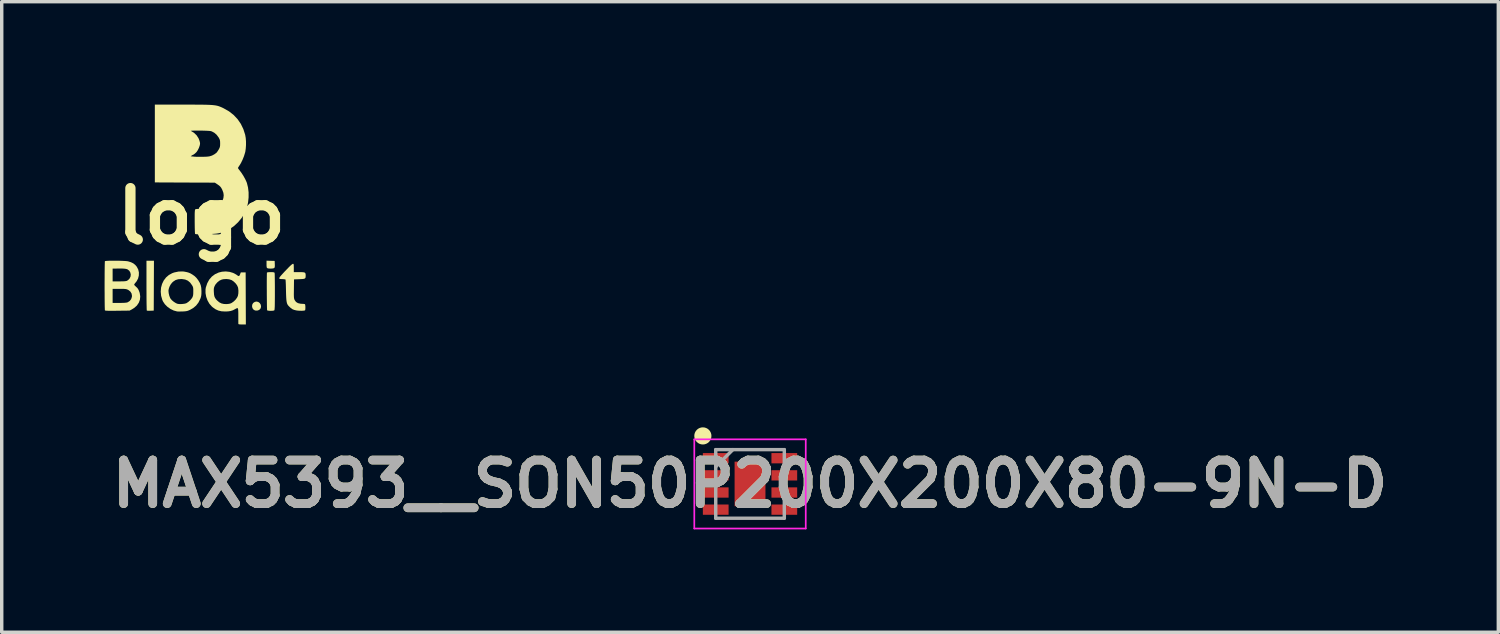
<source format=kicad_pcb>
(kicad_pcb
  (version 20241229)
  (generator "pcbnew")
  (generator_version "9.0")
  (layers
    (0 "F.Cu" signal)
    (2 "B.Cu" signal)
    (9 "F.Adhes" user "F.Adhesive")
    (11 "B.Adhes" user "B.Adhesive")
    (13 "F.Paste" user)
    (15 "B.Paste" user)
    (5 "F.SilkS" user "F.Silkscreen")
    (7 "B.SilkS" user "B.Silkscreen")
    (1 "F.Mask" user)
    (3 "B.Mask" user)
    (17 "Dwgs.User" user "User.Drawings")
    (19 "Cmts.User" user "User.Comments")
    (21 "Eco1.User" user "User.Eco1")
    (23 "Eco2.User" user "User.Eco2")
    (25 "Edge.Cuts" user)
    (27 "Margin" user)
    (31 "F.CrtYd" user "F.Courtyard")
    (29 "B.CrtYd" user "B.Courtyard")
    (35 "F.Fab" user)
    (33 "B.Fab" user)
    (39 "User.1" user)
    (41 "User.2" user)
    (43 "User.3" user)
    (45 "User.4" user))
  (footprint "logo"
    (layer "F.Cu")
    (at 2.824 3.257)
    (property "Reference" "logo" (at 0 0 0) (layer "F.SilkS") (effects (font (size 1.5 1.5) (thickness 0.3))))
    (attr board_only exclude_from_pos_files exclude_from_bom)
    (fp_poly (pts (xy 1.657 2.498) (xy 1.7 2.53) (xy 1.729 2.578) (xy 1.731 2.585) (xy 1.738 2.639) (xy 1.724 2.687) (xy 1.691 2.724) (xy 1.646 2.746) (xy 1.591 2.75) (xy 1.558 2.744) (xy 1.516 2.719) (xy 1.488 2.679) (xy 1.476 2.63) (xy 1.48 2.579) (xy 1.504 2.534) (xy 1.512 2.525) (xy 1.558 2.495) (xy 1.608 2.486)) (stroke (width 0) (type solid)) (fill yes) (layer "F.SilkS"))
    (fp_poly (pts (xy 2.016 1.298) (xy 2.135 1.301) (xy 2.139 1.397) (xy 2.14 1.449) (xy 2.137 1.481) (xy 2.129 1.5) (xy 2.12 1.509) (xy 2.094 1.519) (xy 2.052 1.524) (xy 2.003 1.525) (xy 1.958 1.522) (xy 1.925 1.514) (xy 1.92 1.512) (xy 1.908 1.501) (xy 1.902 1.48) (xy 1.898 1.443) (xy 1.898 1.396) (xy 1.898 1.294)) (stroke (width 0) (type solid)) (fill yes) (layer "F.SilkS"))
    (fp_poly (pts (xy -1.388 2.023) (xy -1.391 2.75) (xy -1.488 2.754) (xy -1.536 2.755) (xy -1.573 2.753) (xy -1.593 2.749) (xy -1.594 2.749) (xy -1.595 2.734) (xy -1.597 2.697) (xy -1.598 2.639) (xy -1.6 2.561) (xy -1.601 2.468) (xy -1.602 2.36) (xy -1.602 2.241) (xy -1.603 2.113) (xy -1.603 2.017) (xy -1.603 1.295) (xy -1.494 1.295) (xy -1.385 1.295)) (stroke (width 0) (type solid)) (fill yes) (layer "F.SilkS"))
    (fp_poly (pts (xy 2.073 1.629) (xy 2.108 1.633) (xy 2.126 1.64) (xy 2.133 1.649) (xy 2.135 1.666) (xy 2.137 1.705) (xy 2.138 1.765) (xy 2.139 1.842) (xy 2.14 1.933) (xy 2.141 2.036) (xy 2.141 2.148) (xy 2.141 2.197) (xy 2.141 2.338) (xy 2.14 2.454) (xy 2.139 2.548) (xy 2.138 2.621) (xy 2.135 2.676) (xy 2.132 2.713) (xy 2.129 2.735) (xy 2.126 2.741) (xy 2.105 2.75) (xy 2.067 2.755) (xy 2.021 2.757) (xy 1.975 2.755) (xy 1.938 2.75) (xy 1.916 2.742) (xy 1.915 2.741) (xy 1.913 2.726) (xy 1.912 2.689) (xy 1.91 2.633) (xy 1.909 2.561) (xy 1.908 2.476) (xy 1.907 2.382) (xy 1.906 2.281) (xy 1.906 2.178) (xy 1.905 2.075) (xy 1.905 1.975) (xy 1.905 1.883) (xy 1.906 1.8) (xy 1.907 1.731) (xy 1.908 1.678) (xy 1.909 1.645) (xy 1.909 1.644) (xy 1.919 1.636) (xy 1.948 1.631) (xy 1.999 1.628) (xy 2.018 1.628)) (stroke (width 0) (type solid)) (fill yes) (layer "F.SilkS"))
    (fp_poly (pts (xy 2.68 1.387) (xy 2.687 1.397) (xy 2.691 1.419) (xy 2.692 1.458) (xy 2.693 1.507) (xy 2.693 1.628) (xy 2.852 1.628) (xy 2.925 1.629) (xy 2.976 1.632) (xy 3.009 1.64) (xy 3.027 1.655) (xy 3.036 1.679) (xy 3.039 1.714) (xy 3.039 1.733) (xy 3.037 1.77) (xy 3.032 1.795) (xy 3.018 1.812) (xy 2.991 1.823) (xy 2.948 1.829) (xy 2.885 1.832) (xy 2.857 1.834) (xy 2.699 1.84) (xy 2.696 2.114) (xy 2.695 2.206) (xy 2.694 2.276) (xy 2.695 2.328) (xy 2.697 2.366) (xy 2.701 2.394) (xy 2.707 2.416) (xy 2.715 2.436) (xy 2.719 2.444) (xy 2.757 2.497) (xy 2.814 2.532) (xy 2.888 2.549) (xy 2.933 2.552) (xy 2.976 2.554) (xy 3.008 2.559) (xy 3.02 2.565) (xy 3.026 2.588) (xy 3.03 2.626) (xy 3.031 2.67) (xy 3.029 2.71) (xy 3.024 2.737) (xy 3.022 2.741) (xy 3.004 2.748) (xy 2.966 2.753) (xy 2.916 2.755) (xy 2.86 2.754) (xy 2.804 2.75) (xy 2.763 2.744) (xy 2.702 2.729) (xy 2.651 2.708) (xy 2.604 2.674) (xy 2.551 2.624) (xy 2.528 2.599) (xy 2.509 2.571) (xy 2.495 2.538) (xy 2.485 2.496) (xy 2.477 2.442) (xy 2.472 2.373) (xy 2.468 2.285) (xy 2.465 2.175) (xy 2.465 2.16) (xy 2.463 2.074) (xy 2.461 1.996) (xy 2.458 1.931) (xy 2.455 1.881) (xy 2.453 1.851) (xy 2.451 1.844) (xy 2.435 1.839) (xy 2.4 1.834) (xy 2.356 1.831) (xy 2.321 1.83) (xy 2.294 1.827) (xy 2.276 1.821) (xy 2.268 1.811) (xy 2.272 1.793) (xy 2.287 1.768) (xy 2.316 1.732) (xy 2.359 1.684) (xy 2.416 1.622) (xy 2.49 1.545) (xy 2.549 1.484) (xy 2.591 1.443) (xy 2.628 1.41) (xy 2.656 1.39) (xy 2.668 1.385)) (stroke (width 0) (type solid)) (fill yes) (layer "F.SilkS"))
    (fp_poly (pts (xy -0.491 1.615) (xy -0.421 1.629) (xy -0.367 1.645) (xy -0.319 1.666) (xy -0.267 1.697) (xy -0.263 1.699) (xy -0.198 1.745) (xy -0.146 1.796) (xy -0.097 1.86) (xy -0.086 1.877) (xy -0.046 1.945) (xy -0.02 2.013) (xy -0.005 2.088) (xy -0.000107 2.178) (xy 0 2.196) (xy -0.001 2.262) (xy -0.006 2.311) (xy -0.015 2.354) (xy -0.03 2.399) (xy -0.034 2.408) (xy -0.088 2.516) (xy -0.157 2.605) (xy -0.244 2.677) (xy -0.328 2.725) (xy -0.374 2.746) (xy -0.414 2.76) (xy -0.456 2.768) (xy -0.509 2.773) (xy -0.546 2.775) (xy -0.605 2.776) (xy -0.658 2.777) (xy -0.698 2.775) (xy -0.712 2.774) (xy -0.81 2.747) (xy -0.905 2.701) (xy -0.992 2.639) (xy -1.066 2.565) (xy -1.121 2.483) (xy -1.141 2.439) (xy -1.176 2.317) (xy -1.187 2.197) (xy -1.185 2.172) (xy -0.962 2.172) (xy -0.955 2.243) (xy -0.938 2.316) (xy -0.913 2.38) (xy -0.899 2.404) (xy -0.859 2.45) (xy -0.804 2.495) (xy -0.745 2.532) (xy -0.701 2.551) (xy -0.657 2.558) (xy -0.599 2.56) (xy -0.538 2.555) (xy -0.481 2.547) (xy -0.44 2.534) (xy -0.437 2.533) (xy -0.38 2.495) (xy -0.325 2.445) (xy -0.28 2.39) (xy -0.265 2.366) (xy -0.252 2.335) (xy -0.243 2.301) (xy -0.239 2.255) (xy -0.238 2.193) (xy -0.238 2.133) (xy -0.241 2.092) (xy -0.248 2.061) (xy -0.261 2.033) (xy -0.273 2.012) (xy -0.33 1.933) (xy -0.396 1.878) (xy -0.474 1.844) (xy -0.567 1.83) (xy -0.59 1.829) (xy -0.68 1.836) (xy -0.756 1.86) (xy -0.824 1.905) (xy -0.857 1.936) (xy -0.899 1.99) (xy -0.933 2.055) (xy -0.955 2.122) (xy -0.962 2.172) (xy -1.185 2.172) (xy -1.178 2.081) (xy -1.148 1.972) (xy -1.1 1.872) (xy -1.034 1.785) (xy -0.951 1.713) (xy -0.853 1.659) (xy -0.795 1.638) (xy -0.667 1.611) (xy -0.544 1.608)) (stroke (width 0) (type solid)) (fill yes) (layer "F.SilkS"))
    (fp_poly (pts (xy 0.818 1.62) (xy 0.921 1.65) (xy 1.011 1.697) (xy 1.029 1.71) (xy 1.066 1.736) (xy 1.091 1.743) (xy 1.108 1.731) (xy 1.124 1.698) (xy 1.126 1.692) (xy 1.148 1.635) (xy 1.218 1.635) (xy 1.289 1.635) (xy 1.292 2.394) (xy 1.295 3.154) (xy 1.186 3.154) (xy 1.128 3.153) (xy 1.092 3.149) (xy 1.077 3.141) (xy 1.076 3.138) (xy 1.076 3.12) (xy 1.075 3.082) (xy 1.075 3.027) (xy 1.075 2.96) (xy 1.075 2.908) (xy 1.075 2.82) (xy 1.073 2.756) (xy 1.069 2.712) (xy 1.064 2.688) (xy 1.06 2.682) (xy 1.041 2.678) (xy 1.009 2.691) (xy 0.987 2.704) (xy 0.92 2.739) (xy 0.853 2.761) (xy 0.776 2.773) (xy 0.692 2.776) (xy 0.585 2.77) (xy 0.494 2.749) (xy 0.412 2.712) (xy 0.332 2.656) (xy 0.3 2.628) (xy 0.231 2.549) (xy 0.177 2.454) (xy 0.139 2.349) (xy 0.119 2.24) (xy 0.119 2.132) (xy 0.119 2.129) (xy 0.36 2.129) (xy 0.36 2.178) (xy 0.362 2.211) (xy 0.367 2.283) (xy 0.378 2.337) (xy 0.398 2.382) (xy 0.428 2.424) (xy 0.454 2.452) (xy 0.518 2.507) (xy 0.585 2.541) (xy 0.661 2.558) (xy 0.746 2.559) (xy 0.809 2.552) (xy 0.86 2.537) (xy 0.889 2.521) (xy 0.948 2.478) (xy 1.002 2.423) (xy 1.043 2.364) (xy 1.063 2.319) (xy 1.076 2.247) (xy 1.078 2.165) (xy 1.069 2.088) (xy 1.063 2.066) (xy 1.037 2.01) (xy 0.993 1.952) (xy 0.939 1.901) (xy 0.882 1.862) (xy 0.875 1.859) (xy 0.81 1.838) (xy 0.732 1.829) (xy 0.651 1.833) (xy 0.595 1.844) (xy 0.527 1.875) (xy 0.464 1.925) (xy 0.411 1.986) (xy 0.389 2.025) (xy 0.373 2.061) (xy 0.364 2.093) (xy 0.36 2.129) (xy 0.119 2.129) (xy 0.128 2.075) (xy 0.169 1.953) (xy 0.227 1.846) (xy 0.303 1.758) (xy 0.395 1.689) (xy 0.502 1.64) (xy 0.599 1.616) (xy 0.709 1.608)) (stroke (width 0) (type solid)) (fill yes) (layer "F.SilkS"))
    (fp_poly (pts (xy -2.483 1.295) (xy -2.402 1.296) (xy -2.324 1.299) (xy -2.254 1.302) (xy -2.195 1.306) (xy -2.153 1.311) (xy -2.141 1.313) (xy -2.053 1.34) (xy -1.985 1.374) (xy -1.93 1.418) (xy -1.886 1.47) (xy -1.844 1.55) (xy -1.824 1.637) (xy -1.826 1.727) (xy -1.848 1.815) (xy -1.891 1.896) (xy -1.922 1.934) (xy -1.946 1.963) (xy -1.96 1.987) (xy -1.962 1.994) (xy -1.952 2.011) (xy -1.928 2.036) (xy -1.911 2.051) (xy -1.867 2.093) (xy -1.834 2.145) (xy -1.808 2.212) (xy -1.8 2.237) (xy -1.785 2.337) (xy -1.794 2.432) (xy -1.827 2.521) (xy -1.882 2.602) (xy -1.959 2.671) (xy -2.028 2.714) (xy -2.096 2.75) (xy -2.451 2.754) (xy -2.562 2.756) (xy -2.65 2.756) (xy -2.717 2.755) (xy -2.765 2.753) (xy -2.795 2.75) (xy -2.811 2.746) (xy -2.815 2.743) (xy -2.817 2.728) (xy -2.818 2.69) (xy -2.82 2.631) (xy -2.821 2.556) (xy -2.822 2.466) (xy -2.823 2.365) (xy -2.823 2.256) (xy -2.824 2.141) (xy -2.824 2.116) (xy -2.59 2.116) (xy -2.59 2.321) (xy -2.59 2.526) (xy -2.393 2.526) (xy -2.302 2.525) (xy -2.235 2.522) (xy -2.187 2.517) (xy -2.155 2.509) (xy -2.152 2.508) (xy -2.091 2.469) (xy -2.049 2.415) (xy -2.028 2.348) (xy -2.026 2.317) (xy -2.038 2.251) (xy -2.073 2.195) (xy -2.13 2.15) (xy -2.141 2.144) (xy -2.165 2.133) (xy -2.19 2.125) (xy -2.22 2.12) (xy -2.261 2.117) (xy -2.317 2.116) (xy -2.393 2.116) (xy -2.394 2.116) (xy -2.59 2.116) (xy -2.824 2.116) (xy -2.824 2.023) (xy -2.824 1.905) (xy -2.824 1.898) (xy -2.59 1.898) (xy -2.397 1.898) (xy -2.314 1.897) (xy -2.253 1.895) (xy -2.209 1.89) (xy -2.18 1.884) (xy -2.167 1.878) (xy -2.135 1.856) (xy -2.102 1.823) (xy -2.095 1.814) (xy -2.068 1.759) (xy -2.061 1.699) (xy -2.074 1.64) (xy -2.104 1.588) (xy -2.151 1.551) (xy -2.154 1.549) (xy -2.18 1.539) (xy -2.211 1.532) (xy -2.251 1.527) (xy -2.304 1.524) (xy -2.375 1.524) (xy -2.459 1.524) (xy -2.59 1.526) (xy -2.59 1.712) (xy -2.59 1.898) (xy -2.824 1.898) (xy -2.823 1.791) (xy -2.823 1.681) (xy -2.822 1.581) (xy -2.821 1.492) (xy -2.82 1.418) (xy -2.818 1.36) (xy -2.817 1.323) (xy -2.815 1.309) (xy -2.799 1.304) (xy -2.762 1.3) (xy -2.708 1.297) (xy -2.641 1.295) (xy -2.565 1.295)) (stroke (width 0) (type solid)) (fill yes) (layer "F.SilkS"))
    (fp_poly (pts (xy -0.529 -3.256) (xy -0.35 -3.256) (xy -0.194 -3.256) (xy -0.059 -3.255) (xy 0.056 -3.254) (xy 0.154 -3.252) (xy 0.237 -3.249) (xy 0.307 -3.245) (xy 0.366 -3.239) (xy 0.417 -3.232) (xy 0.461 -3.223) (xy 0.5 -3.212) (xy 0.538 -3.198) (xy 0.575 -3.183) (xy 0.615 -3.165) (xy 0.653 -3.146) (xy 0.805 -3.059) (xy 0.939 -2.954) (xy 1.053 -2.833) (xy 1.148 -2.695) (xy 1.222 -2.542) (xy 1.276 -2.374) (xy 1.276 -2.372) (xy 1.291 -2.286) (xy 1.299 -2.184) (xy 1.299 -2.078) (xy 1.292 -1.974) (xy 1.279 -1.883) (xy 1.273 -1.859) (xy 1.24 -1.752) (xy 1.198 -1.647) (xy 1.151 -1.551) (xy 1.114 -1.49) (xy 1.089 -1.452) (xy 1.071 -1.423) (xy 1.064 -1.408) (xy 1.064 -1.408) (xy 1.072 -1.394) (xy 1.091 -1.366) (xy 1.119 -1.331) (xy 1.119 -1.331) (xy 1.174 -1.256) (xy 1.228 -1.171) (xy 1.276 -1.084) (xy 1.313 -1.004) (xy 1.326 -0.97) (xy 1.358 -0.84) (xy 1.375 -0.699) (xy 1.375 -0.553) (xy 1.36 -0.408) (xy 1.331 -0.27) (xy 1.286 -0.145) (xy 1.264 -0.098) (xy 1.174 0.046) (xy 1.068 0.174) (xy 0.949 0.285) (xy 0.818 0.375) (xy 0.688 0.438) (xy 0.626 0.461) (xy 0.568 0.479) (xy 0.51 0.493) (xy 0.445 0.504) (xy 0.37 0.511) (xy 0.281 0.517) (xy 0.172 0.521) (xy 0.127 0.522) (xy 0.024 0.524) (xy -0.055 0.525) (xy -0.113 0.524) (xy -0.153 0.522) (xy -0.176 0.518) (xy -0.186 0.513) (xy -0.188 0.497) (xy -0.191 0.458) (xy -0.193 0.401) (xy -0.195 0.329) (xy -0.196 0.245) (xy -0.197 0.157) (xy -0.197 0.049) (xy -0.197 -0.036) (xy -0.196 -0.1) (xy -0.193 -0.146) (xy -0.19 -0.177) (xy -0.186 -0.195) (xy -0.182 -0.201) (xy -0.169 -0.207) (xy -0.144 -0.212) (xy -0.103 -0.215) (xy -0.044 -0.217) (xy 0.037 -0.218) (xy 0.099 -0.218) (xy 0.188 -0.218) (xy 0.256 -0.219) (xy 0.306 -0.22) (xy 0.342 -0.223) (xy 0.368 -0.228) (xy 0.389 -0.234) (xy 0.408 -0.243) (xy 0.415 -0.247) (xy 0.498 -0.299) (xy 0.56 -0.358) (xy 0.604 -0.428) (xy 0.635 -0.515) (xy 0.642 -0.545) (xy 0.649 -0.615) (xy 0.639 -0.687) (xy 0.609 -0.768) (xy 0.599 -0.789) (xy 0.575 -0.832) (xy 0.549 -0.866) (xy 0.515 -0.897) (xy 0.465 -0.932) (xy 0.462 -0.934) (xy 0.391 -0.981) (xy -0.484 -0.984) (xy -1.359 -0.988) (xy -1.359 -1.75) (xy -0.314 -1.75) (xy -0.25 -1.743) (xy -0.189 -1.737) (xy -0.113 -1.734) (xy -0.031 -1.734) (xy 0.052 -1.735) (xy 0.129 -1.737) (xy 0.193 -1.742) (xy 0.238 -1.749) (xy 0.308 -1.771) (xy 0.376 -1.807) (xy 0.433 -1.849) (xy 0.45 -1.867) (xy 0.468 -1.892) (xy 0.492 -1.929) (xy 0.508 -1.955) (xy 0.527 -1.992) (xy 0.538 -2.026) (xy 0.544 -2.065) (xy 0.545 -2.121) (xy 0.545 -2.122) (xy 0.544 -2.176) (xy 0.539 -2.215) (xy 0.528 -2.248) (xy 0.509 -2.286) (xy 0.499 -2.302) (xy 0.443 -2.377) (xy 0.375 -2.436) (xy 0.3 -2.476) (xy 0.268 -2.485) (xy 0.24 -2.489) (xy 0.195 -2.492) (xy 0.138 -2.495) (xy 0.071 -2.497) (xy -0.000165 -2.499) (xy -0.073 -2.499) (xy -0.142 -2.499) (xy -0.204 -2.499) (xy -0.256 -2.497) (xy -0.292 -2.495) (xy -0.309 -2.492) (xy -0.308 -2.49) (xy -0.217 -2.435) (xy -0.142 -2.363) (xy -0.086 -2.277) (xy -0.063 -2.22) (xy -0.048 -2.17) (xy -0.041 -2.135) (xy -0.042 -2.105) (xy -0.049 -2.07) (xy -0.05 -2.064) (xy -0.073 -1.997) (xy -0.105 -1.931) (xy -0.14 -1.878) (xy -0.152 -1.865) (xy -0.186 -1.833) (xy -0.217 -1.808) (xy -0.238 -1.796) (xy -0.241 -1.795) (xy -0.257 -1.788) (xy -0.282 -1.773) (xy -0.314 -1.75) (xy -1.359 -1.75) (xy -1.359 -2.122) (xy -1.359 -3.257)) (stroke (width 0) (type solid)) (fill yes) (layer "F.SilkS")))
  (footprint "MAX5393__SON50P200X200X80-9N-D"
    (layer "F.Cu")
    (at 18.82 11.061)
    (property "Reference" "MAX5393__SON50P200X200X80-9N-D" (at 0 0 0) (layer "F.SilkS") (effects (font (size 1.27 1.27) (thickness 0.254))))
    (attr smd)
    (fp_circle (center -1.375 -1.4) (end -1.375 -1.275) (stroke (width 0.25) (type solid)) (fill no) (layer "F.SilkS"))
    (fp_line (start -1.625 -1.3) (end 1.625 -1.3) (stroke (width 0.05) (type solid)) (layer "F.CrtYd"))
    (fp_line (start -1.625 1.3) (end -1.625 -1.3) (stroke (width 0.05) (type solid)) (layer "F.CrtYd"))
    (fp_line (start 1.625 -1.3) (end 1.625 1.3) (stroke (width 0.05) (type solid)) (layer "F.CrtYd"))
    (fp_line (start 1.625 1.3) (end -1.625 1.3) (stroke (width 0.05) (type solid)) (layer "F.CrtYd"))
    (fp_line (start -1 -1) (end 1 -1) (stroke (width 0.1) (type solid)) (layer "F.Fab"))
    (fp_line (start -1 -0.5) (end -0.5 -1) (stroke (width 0.1) (type solid)) (layer "F.Fab"))
    (fp_line (start -1 1) (end -1 -1) (stroke (width 0.1) (type solid)) (layer "F.Fab"))
    (fp_line (start 1 -1) (end 1 1) (stroke (width 0.1) (type solid)) (layer "F.Fab"))
    (fp_line (start 1 1) (end -1 1) (stroke (width 0.1) (type solid)) (layer "F.Fab"))
    (fp_text user "${REFERENCE}" (at 0 0 0) (layer "F.Fab") (effects (font (size 1.27 1.27) (thickness 0.254))))
    (pad "1" smd rect (at -1 -0.75 90) (size 0.3 0.75) (layers "F.Cu" "F.Mask" "F.Paste"))
    (pad "2" smd rect (at -1 -0.25 90) (size 0.3 0.75) (layers "F.Cu" "F.Mask" "F.Paste"))
    (pad "3" smd rect (at -1 0.25 90) (size 0.3 0.75) (layers "F.Cu" "F.Mask" "F.Paste"))
    (pad "4" smd rect (at -1 0.75 90) (size 0.3 0.75) (layers "F.Cu" "F.Mask" "F.Paste"))
    (pad "5" smd rect (at 1 0.75 90) (size 0.3 0.75) (layers "F.Cu" "F.Mask" "F.Paste"))
    (pad "6" smd rect (at 1 0.25 90) (size 0.3 0.75) (layers "F.Cu" "F.Mask" "F.Paste"))
    (pad "7" smd rect (at 1 -0.25 90) (size 0.3 0.75) (layers "F.Cu" "F.Mask" "F.Paste"))
    (pad "8" smd rect (at 1 -0.75 90) (size 0.3 0.75) (layers "F.Cu" "F.Mask" "F.Paste"))
    (pad "9" smd rect (at 0 0) (size 0.9 1.3) (layers "F.Cu" "F.Mask" "F.Paste")))
  (gr_rect
    (start -3 -3)
    (end 40.64 15.386)
    (stroke (width 0.1) (type default))
    (fill no)
    (layer "Edge.Cuts")))
</source>
